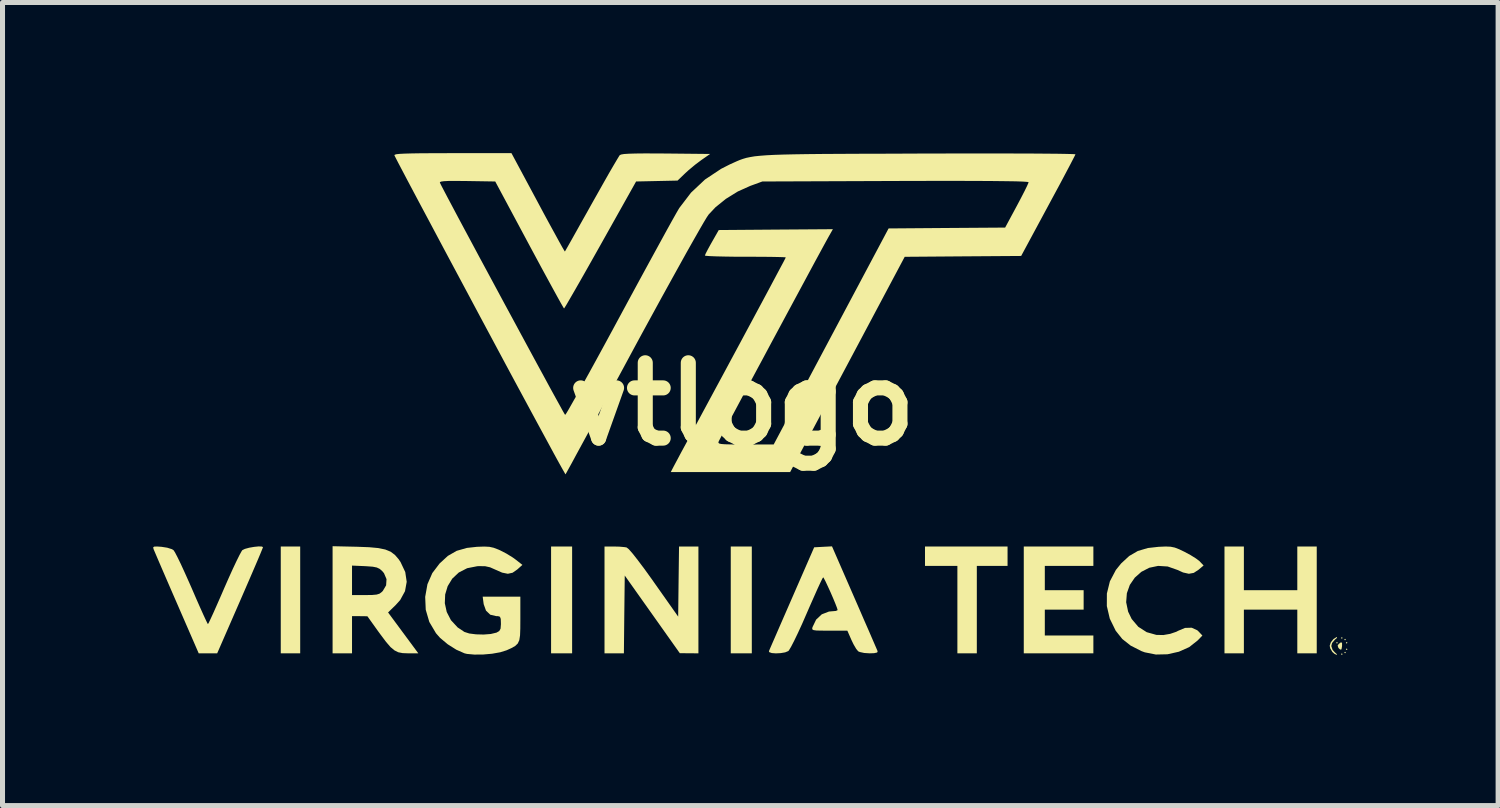
<source format=kicad_pcb>
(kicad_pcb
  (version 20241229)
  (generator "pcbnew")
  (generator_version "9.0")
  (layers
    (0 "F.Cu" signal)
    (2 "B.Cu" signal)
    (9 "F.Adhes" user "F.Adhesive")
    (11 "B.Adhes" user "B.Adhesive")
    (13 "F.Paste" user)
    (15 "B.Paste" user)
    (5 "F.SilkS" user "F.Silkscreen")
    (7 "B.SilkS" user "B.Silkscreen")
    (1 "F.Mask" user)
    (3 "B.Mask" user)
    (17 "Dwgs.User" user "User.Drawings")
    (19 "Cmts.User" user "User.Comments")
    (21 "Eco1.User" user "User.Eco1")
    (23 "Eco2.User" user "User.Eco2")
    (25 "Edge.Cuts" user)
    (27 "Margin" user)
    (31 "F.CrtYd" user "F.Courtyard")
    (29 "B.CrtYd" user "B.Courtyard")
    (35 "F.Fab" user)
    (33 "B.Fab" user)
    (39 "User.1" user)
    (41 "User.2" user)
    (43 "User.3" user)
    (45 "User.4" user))
  (footprint "vtlogo"
    (layer "F.Cu")
    (at 11.728 4.996)
    (property "Reference" "vtlogo" (at 0 0 0) (layer "F.SilkS") (effects (font (size 1.5 1.5) (thickness 0.3))))
    (attr board_only exclude_from_pos_files exclude_from_bom)
    (fp_poly (pts (xy 11.862 4.754) (xy 11.846 4.771) (xy 11.83 4.754) (xy 11.846 4.738)) (stroke (width 0) (type solid)) (fill yes) (layer "F.SilkS"))
    (fp_poly (pts (xy 11.959 4.658) (xy 11.943 4.674) (xy 11.926 4.658) (xy 11.943 4.642)) (stroke (width 0) (type solid)) (fill yes) (layer "F.SilkS"))
    (fp_poly (pts (xy 11.959 4.98) (xy 11.943 4.996) (xy 11.926 4.98) (xy 11.943 4.964)) (stroke (width 0) (type solid)) (fill yes) (layer "F.SilkS"))
    (fp_poly (pts (xy 12.023 4.69) (xy 12.007 4.706) (xy 11.991 4.69) (xy 12.007 4.674)) (stroke (width 0) (type solid)) (fill yes) (layer "F.SilkS"))
    (fp_poly (pts (xy 12.023 4.948) (xy 12.007 4.964) (xy 11.991 4.948) (xy 12.007 4.932)) (stroke (width 0) (type solid)) (fill yes) (layer "F.SilkS"))
    (fp_poly (pts (xy 12.055 4.754) (xy 12.039 4.771) (xy 12.023 4.754) (xy 12.039 4.738)) (stroke (width 0) (type solid)) (fill yes) (layer "F.SilkS"))
    (fp_poly (pts (xy 12.055 4.883) (xy 12.039 4.899) (xy 12.023 4.883) (xy 12.039 4.867)) (stroke (width 0) (type solid)) (fill yes) (layer "F.SilkS"))
    (fp_poly (pts (xy -8.8 3.9) (xy -8.8 4.964) (xy -8.993 4.964) (xy -9.187 4.964) (xy -9.187 3.9) (xy -9.187 2.837) (xy -8.993 2.837) (xy -8.8 2.837)) (stroke (width 0) (type solid)) (fill yes) (layer "F.SilkS"))
    (fp_poly (pts (xy -3.385 3.9) (xy -3.385 4.964) (xy -3.594 4.964) (xy -3.804 4.964) (xy -3.804 3.9) (xy -3.804 2.837) (xy -3.594 2.837) (xy -3.385 2.837)) (stroke (width 0) (type solid)) (fill yes) (layer "F.SilkS"))
    (fp_poly (pts (xy 0.193 3.9) (xy 0.193 4.964) (xy -0.016 4.964) (xy -0.226 4.964) (xy -0.226 3.9) (xy -0.226 2.837) (xy -0.016 2.837) (xy 0.193 2.837)) (stroke (width 0) (type solid)) (fill yes) (layer "F.SilkS"))
    (fp_poly (pts (xy 11.947 4.76) (xy 11.947 4.819) (xy 11.936 4.885) (xy 11.91 4.89) (xy 11.875 4.857) (xy 11.859 4.809) (xy 11.882 4.777) (xy 11.928 4.742)) (stroke (width 0) (type solid)) (fill yes) (layer "F.SilkS"))
    (fp_poly (pts (xy 5.286 3.03) (xy 5.286 3.223) (xy 4.98 3.223) (xy 4.674 3.223) (xy 4.674 4.094) (xy 4.674 4.964) (xy 4.48 4.964) (xy 4.287 4.964) (xy 4.287 4.094) (xy 4.287 3.223) (xy 3.965 3.223) (xy 3.642 3.223) (xy 3.642 3.03) (xy 3.642 2.837) (xy 4.464 2.837) (xy 5.286 2.837)) (stroke (width 0) (type solid)) (fill yes) (layer "F.SilkS"))
    (fp_poly (pts (xy 11.846 4.657) (xy 11.805 4.692) (xy 11.749 4.758) (xy 11.733 4.819) (xy 11.759 4.896) (xy 11.805 4.946) (xy 11.845 4.982) (xy 11.842 4.996) (xy 11.796 4.974) (xy 11.754 4.937) (xy 11.712 4.865) (xy 11.701 4.813) (xy 11.723 4.746) (xy 11.775 4.68) (xy 11.834 4.643) (xy 11.847 4.642)) (stroke (width 0) (type solid)) (fill yes) (layer "F.SilkS"))
    (fp_poly (pts (xy 6.995 3.03) (xy 6.995 3.223) (xy 6.511 3.223) (xy 6.028 3.223) (xy 6.028 3.465) (xy 6.028 3.707) (xy 6.414 3.707) (xy 6.801 3.707) (xy 6.801 3.9) (xy 6.801 4.094) (xy 6.414 4.094) (xy 6.028 4.094) (xy 6.028 4.352) (xy 6.028 4.609) (xy 6.511 4.609) (xy 6.995 4.609) (xy 6.995 4.787) (xy 6.995 4.964) (xy 6.302 4.964) (xy 5.609 4.964) (xy 5.609 3.9) (xy 5.609 2.837) (xy 6.302 2.837) (xy 6.995 2.837)) (stroke (width 0) (type solid)) (fill yes) (layer "F.SilkS"))
    (fp_poly (pts (xy 9.992 3.272) (xy 9.992 3.707) (xy 10.524 3.707) (xy 11.056 3.707) (xy 11.056 3.272) (xy 11.056 2.837) (xy 11.249 2.837) (xy 11.443 2.837) (xy 11.443 3.9) (xy 11.443 4.964) (xy 11.249 4.964) (xy 11.056 4.964) (xy 11.056 4.529) (xy 11.056 4.094) (xy 10.524 4.094) (xy 9.992 4.094) (xy 9.992 4.529) (xy 9.992 4.964) (xy 9.799 4.964) (xy 9.606 4.964) (xy 9.606 3.9) (xy 9.606 2.837) (xy 9.799 2.837) (xy 9.992 2.837)) (stroke (width 0) (type solid)) (fill yes) (layer "F.SilkS"))
    (fp_poly (pts (xy -0.87 3.9) (xy -0.87 4.964) (xy -1.056 4.963) (xy -1.241 4.961) (xy -1.789 4.188) (xy -2.337 3.415) (xy -2.346 4.189) (xy -2.354 4.964) (xy -2.547 4.964) (xy -2.74 4.964) (xy -2.74 3.9) (xy -2.74 2.837) (xy -2.555 2.837) (xy -2.439 2.84) (xy -2.342 2.849) (xy -2.3 2.856) (xy -2.258 2.889) (xy -2.183 2.974) (xy -2.079 3.106) (xy -1.946 3.283) (xy -1.789 3.501) (xy -1.752 3.554) (xy -1.273 4.233) (xy -1.265 3.535) (xy -1.256 2.837) (xy -1.063 2.837) (xy -0.87 2.837)) (stroke (width 0) (type solid)) (fill yes) (layer "F.SilkS"))
    (fp_poly (pts (xy -7.664 2.842) (xy -7.427 2.851) (xy -7.244 2.868) (xy -7.105 2.897) (xy -6.998 2.941) (xy -6.913 3.005) (xy -6.839 3.091) (xy -6.801 3.148) (xy -6.708 3.345) (xy -6.679 3.54) (xy -6.713 3.727) (xy -6.809 3.903) (xy -6.897 4.001) (xy -7.05 4.15) (xy -6.749 4.557) (xy -6.448 4.964) (xy -6.654 4.964) (xy -6.76 4.96) (xy -6.847 4.943) (xy -6.923 4.905) (xy -7.001 4.84) (xy -7.089 4.738) (xy -7.198 4.593) (xy -7.253 4.518) (xy -7.462 4.226) (xy -7.615 4.224) (xy -7.768 4.223) (xy -7.768 4.593) (xy -7.768 4.964) (xy -7.962 4.964) (xy -8.155 4.964) (xy -8.155 3.897) (xy -8.155 3.51) (xy -7.768 3.51) (xy -7.768 3.804) (xy -7.5 3.804) (xy -7.365 3.802) (xy -7.278 3.794) (xy -7.22 3.776) (xy -7.177 3.744) (xy -7.155 3.722) (xy -7.089 3.61) (xy -7.081 3.487) (xy -7.131 3.369) (xy -7.166 3.327) (xy -7.218 3.282) (xy -7.275 3.255) (xy -7.355 3.239) (xy -7.477 3.23) (xy -7.511 3.228) (xy -7.768 3.217) (xy -7.768 3.51) (xy -8.155 3.51) (xy -8.155 2.831)) (stroke (width 0) (type solid)) (fill yes) (layer "F.SilkS"))
    (fp_poly (pts (xy -9.561 2.838) (xy -9.541 2.851) (xy -9.554 2.885) (xy -9.589 2.971) (xy -9.644 3.102) (xy -9.717 3.272) (xy -9.804 3.474) (xy -9.902 3.7) (xy -9.997 3.919) (xy -10.453 4.964) (xy -10.637 4.964) (xy -10.821 4.964) (xy -11.259 3.957) (xy -11.364 3.716) (xy -11.461 3.492) (xy -11.547 3.293) (xy -11.619 3.126) (xy -11.674 2.997) (xy -11.709 2.915) (xy -11.72 2.889) (xy -11.728 2.855) (xy -11.709 2.839) (xy -11.649 2.837) (xy -11.561 2.843) (xy -11.447 2.861) (xy -11.355 2.89) (xy -11.323 2.909) (xy -11.294 2.953) (xy -11.245 3.047) (xy -11.179 3.182) (xy -11.102 3.35) (xy -11.016 3.542) (xy -10.959 3.671) (xy -10.873 3.87) (xy -10.795 4.047) (xy -10.729 4.194) (xy -10.678 4.304) (xy -10.646 4.369) (xy -10.637 4.382) (xy -10.62 4.354) (xy -10.582 4.274) (xy -10.526 4.152) (xy -10.456 3.994) (xy -10.375 3.81) (xy -10.315 3.671) (xy -10.226 3.469) (xy -10.143 3.285) (xy -10.069 3.128) (xy -10.009 3.007) (xy -9.967 2.931) (xy -9.952 2.909) (xy -9.9 2.884) (xy -9.815 2.861) (xy -9.717 2.844) (xy -9.626 2.835)) (stroke (width 0) (type solid)) (fill yes) (layer "F.SilkS"))
    (fp_poly (pts (xy 8.533 2.841) (xy 8.616 2.858) (xy 8.706 2.893) (xy 8.81 2.943) (xy 8.932 3.009) (xy 9.038 3.075) (xy 9.11 3.13) (xy 9.116 3.137) (xy 9.19 3.215) (xy 9.089 3.3) (xy 8.994 3.362) (xy 8.897 3.38) (xy 8.781 3.354) (xy 8.671 3.304) (xy 8.475 3.235) (xy 8.285 3.223) (xy 8.108 3.26) (xy 7.951 3.341) (xy 7.82 3.457) (xy 7.721 3.601) (xy 7.662 3.767) (xy 7.648 3.947) (xy 7.687 4.134) (xy 7.758 4.281) (xy 7.89 4.436) (xy 8.057 4.543) (xy 8.249 4.597) (xy 8.388 4.6) (xy 8.525 4.576) (xy 8.646 4.535) (xy 8.682 4.516) (xy 8.82 4.458) (xy 8.952 4.454) (xy 9.063 4.504) (xy 9.09 4.529) (xy 9.166 4.61) (xy 9.072 4.707) (xy 8.904 4.84) (xy 8.698 4.932) (xy 8.471 4.983) (xy 8.239 4.988) (xy 8.018 4.944) (xy 7.953 4.92) (xy 7.737 4.81) (xy 7.571 4.679) (xy 7.442 4.517) (xy 7.441 4.517) (xy 7.322 4.274) (xy 7.263 4.023) (xy 7.264 3.773) (xy 7.324 3.53) (xy 7.443 3.304) (xy 7.547 3.175) (xy 7.708 3.026) (xy 7.88 2.926) (xy 8.08 2.867) (xy 8.294 2.843) (xy 8.434 2.837)) (stroke (width 0) (type solid)) (fill yes) (layer "F.SilkS"))
    (fp_poly (pts (xy 2.237 3.859) (xy 2.342 4.1) (xy 2.439 4.324) (xy 2.526 4.522) (xy 2.598 4.689) (xy 2.653 4.816) (xy 2.688 4.897) (xy 2.699 4.924) (xy 2.689 4.948) (xy 2.628 4.961) (xy 2.54 4.964) (xy 2.431 4.957) (xy 2.344 4.938) (xy 2.312 4.924) (xy 2.271 4.874) (xy 2.219 4.785) (xy 2.177 4.698) (xy 2.096 4.513) (xy 1.739 4.513) (xy 1.584 4.512) (xy 1.482 4.51) (xy 1.424 4.502) (xy 1.399 4.488) (xy 1.396 4.464) (xy 1.403 4.44) (xy 1.474 4.293) (xy 1.587 4.187) (xy 1.73 4.132) (xy 1.797 4.126) (xy 1.868 4.12) (xy 1.902 4.104) (xy 1.902 4.102) (xy 1.89 4.06) (xy 1.858 3.977) (xy 1.813 3.868) (xy 1.761 3.748) (xy 1.708 3.632) (xy 1.662 3.534) (xy 1.628 3.469) (xy 1.615 3.45) (xy 1.597 3.478) (xy 1.558 3.558) (xy 1.501 3.681) (xy 1.431 3.839) (xy 1.349 4.024) (xy 1.289 4.162) (xy 1.197 4.373) (xy 1.111 4.56) (xy 1.036 4.716) (xy 0.975 4.834) (xy 0.933 4.904) (xy 0.92 4.919) (xy 0.857 4.945) (xy 0.768 4.96) (xy 0.674 4.965) (xy 0.592 4.959) (xy 0.541 4.941) (xy 0.534 4.922) (xy 0.55 4.883) (xy 0.589 4.793) (xy 0.648 4.658) (xy 0.723 4.485) (xy 0.812 4.281) (xy 0.911 4.054) (xy 0.993 3.866) (xy 1.435 2.853) (xy 1.613 2.843) (xy 1.79 2.834)) (stroke (width 0) (type solid)) (fill yes) (layer "F.SilkS"))
    (fp_poly (pts (xy -5.033 2.843) (xy -4.947 2.862) (xy -4.855 2.897) (xy -4.819 2.913) (xy -4.693 2.978) (xy -4.568 3.055) (xy -4.506 3.1) (xy -4.375 3.203) (xy -4.477 3.294) (xy -4.57 3.359) (xy -4.665 3.38) (xy -4.779 3.357) (xy -4.906 3.301) (xy -5.019 3.251) (xy -5.119 3.229) (xy -5.242 3.228) (xy -5.272 3.229) (xy -5.475 3.269) (xy -5.642 3.355) (xy -5.772 3.477) (xy -5.863 3.626) (xy -5.913 3.792) (xy -5.92 3.967) (xy -5.882 4.141) (xy -5.798 4.304) (xy -5.665 4.448) (xy -5.53 4.538) (xy -5.433 4.569) (xy -5.298 4.586) (xy -5.147 4.59) (xy -5.005 4.579) (xy -4.896 4.553) (xy -4.891 4.552) (xy -4.836 4.52) (xy -4.81 4.473) (xy -4.803 4.387) (xy -4.803 4.368) (xy -4.806 4.279) (xy -4.822 4.236) (xy -4.862 4.223) (xy -4.896 4.223) (xy -5.015 4.195) (xy -5.1 4.114) (xy -5.146 3.986) (xy -5.148 3.972) (xy -5.166 3.836) (xy -4.791 3.836) (xy -4.416 3.836) (xy -4.416 4.282) (xy -4.417 4.471) (xy -4.422 4.607) (xy -4.437 4.703) (xy -4.468 4.769) (xy -4.518 4.817) (xy -4.594 4.86) (xy -4.691 4.904) (xy -4.816 4.943) (xy -4.979 4.972) (xy -5.159 4.988) (xy -5.333 4.989) (xy -5.477 4.976) (xy -5.528 4.964) (xy -5.691 4.892) (xy -5.862 4.784) (xy -6.014 4.657) (xy -6.096 4.564) (xy -6.229 4.339) (xy -6.3 4.096) (xy -6.311 3.84) (xy -6.266 3.588) (xy -6.169 3.366) (xy -6.024 3.175) (xy -5.86 3.024) (xy -5.684 2.923) (xy -5.481 2.865) (xy -5.281 2.843) (xy -5.137 2.838)) (stroke (width 0) (type solid)) (fill yes) (layer "F.SilkS"))
    (fp_poly (pts (xy -5.764 -4.996) (xy -4.593 -4.996) (xy -4.065 -4.012) (xy -3.942 -3.782) (xy -3.828 -3.572) (xy -3.727 -3.388) (xy -3.644 -3.236) (xy -3.581 -3.123) (xy -3.541 -3.055) (xy -3.529 -3.037) (xy -3.512 -3.066) (xy -3.467 -3.145) (xy -3.398 -3.267) (xy -3.309 -3.426) (xy -3.204 -3.614) (xy -3.085 -3.825) (xy -2.998 -3.981) (xy -2.871 -4.206) (xy -2.754 -4.414) (xy -2.649 -4.599) (xy -2.56 -4.752) (xy -2.492 -4.867) (xy -2.449 -4.938) (xy -2.437 -4.956) (xy -2.409 -4.969) (xy -2.351 -4.979) (xy -2.256 -4.985) (xy -2.118 -4.989) (xy -1.931 -4.991) (xy -1.688 -4.99) (xy -1.517 -4.989) (xy -0.637 -4.98) (xy -0.81 -4.86) (xy -0.934 -4.767) (xy -1.065 -4.658) (xy -1.134 -4.595) (xy -1.285 -4.45) (xy -1.698 -4.441) (xy -2.111 -4.432) (xy -2.82 -3.168) (xy -2.967 -2.907) (xy -3.104 -2.664) (xy -3.228 -2.446) (xy -3.337 -2.256) (xy -3.426 -2.102) (xy -3.492 -1.988) (xy -3.534 -1.92) (xy -3.546 -1.903) (xy -3.564 -1.931) (xy -3.609 -2.01) (xy -3.678 -2.134) (xy -3.768 -2.298) (xy -3.876 -2.496) (xy -3.999 -2.722) (xy -4.133 -2.971) (xy -4.239 -3.168) (xy -4.916 -4.432) (xy -5.475 -4.441) (xy -5.684 -4.443) (xy -5.836 -4.443) (xy -5.937 -4.438) (xy -5.995 -4.43) (xy -6.018 -4.418) (xy -6.018 -4.409) (xy -5.996 -4.363) (xy -5.946 -4.267) (xy -5.872 -4.126) (xy -5.776 -3.945) (xy -5.662 -3.73) (xy -5.531 -3.485) (xy -5.387 -3.217) (xy -5.233 -2.929) (xy -5.07 -2.627) (xy -4.903 -2.317) (xy -4.734 -2.003) (xy -4.565 -1.691) (xy -4.4 -1.385) (xy -4.241 -1.091) (xy -4.091 -0.814) (xy -3.952 -0.559) (xy -3.829 -0.332) (xy -3.722 -0.137) (xy -3.635 0.02) (xy -3.572 0.135) (xy -3.534 0.201) (xy -3.524 0.216) (xy -3.504 0.19) (xy -3.457 0.112) (xy -3.385 -0.015) (xy -3.289 -0.184) (xy -3.173 -0.392) (xy -3.039 -0.634) (xy -2.89 -0.906) (xy -2.728 -1.203) (xy -2.556 -1.52) (xy -2.434 -1.746) (xy -2.253 -2.081) (xy -2.078 -2.404) (xy -1.912 -2.709) (xy -1.758 -2.991) (xy -1.619 -3.245) (xy -1.498 -3.466) (xy -1.397 -3.648) (xy -1.319 -3.787) (xy -1.267 -3.877) (xy -1.25 -3.905) (xy -1.017 -4.21) (xy -0.739 -4.471) (xy -0.418 -4.684) (xy -0.245 -4.772) (xy -0.172 -4.805) (xy -0.108 -4.834) (xy -0.046 -4.86) (xy 0.016 -4.882) (xy 0.083 -4.902) (xy 0.16 -4.918) (xy 0.249 -4.933) (xy 0.356 -4.944) (xy 0.485 -4.954) (xy 0.639 -4.962) (xy 0.823 -4.968) (xy 1.041 -4.973) (xy 1.297 -4.977) (xy 1.595 -4.98) (xy 1.94 -4.982) (xy 2.335 -4.984) (xy 2.785 -4.985) (xy 3.293 -4.987) (xy 3.505 -4.988) (xy 3.949 -4.989) (xy 4.374 -4.99) (xy 4.775 -4.99) (xy 5.149 -4.99) (xy 5.492 -4.989) (xy 5.798 -4.988) (xy 6.063 -4.986) (xy 6.284 -4.984) (xy 6.455 -4.981) (xy 6.572 -4.978) (xy 6.631 -4.975) (xy 6.638 -4.973) (xy 6.623 -4.94) (xy 6.58 -4.857) (xy 6.514 -4.73) (xy 6.427 -4.566) (xy 6.324 -4.372) (xy 6.207 -4.155) (xy 6.096 -3.949) (xy 5.557 -2.949) (xy 4.398 -2.941) (xy 3.238 -2.932) (xy 2.098 -0.789) (xy 0.957 1.354) (xy -0.231 1.354) (xy -1.42 1.354) (xy -1.366 1.249) (xy -1.342 1.204) (xy -1.29 1.107) (xy -1.213 0.962) (xy -1.112 0.776) (xy -0.992 0.551) (xy -0.854 0.294) (xy -0.701 0.01) (xy -0.535 -0.298) (xy -0.359 -0.624) (xy -0.221 -0.881) (xy -0.041 -1.215) (xy 0.129 -1.532) (xy 0.288 -1.828) (xy 0.433 -2.098) (xy 0.561 -2.337) (xy 0.67 -2.542) (xy 0.758 -2.707) (xy 0.823 -2.828) (xy 0.86 -2.9) (xy 0.87 -2.92) (xy 0.84 -2.924) (xy 0.753 -2.927) (xy 0.619 -2.93) (xy 0.447 -2.932) (xy 0.244 -2.933) (xy 0.064 -2.933) (xy -0.156 -2.934) (xy -0.353 -2.937) (xy -0.519 -2.941) (xy -0.644 -2.946) (xy -0.721 -2.952) (xy -0.741 -2.957) (xy -0.726 -2.995) (xy -0.686 -3.073) (xy -0.628 -3.179) (xy -0.603 -3.223) (xy -0.465 -3.465) (xy 0.671 -3.474) (xy 1.808 -3.482) (xy 1.73 -3.345) (xy 1.695 -3.282) (xy 1.634 -3.171) (xy 1.551 -3.018) (xy 1.447 -2.827) (xy 1.327 -2.604) (xy 1.193 -2.355) (xy 1.048 -2.086) (xy 0.895 -1.802) (xy 0.737 -1.508) (xy 0.577 -1.211) (xy 0.419 -0.915) (xy 0.264 -0.627) (xy 0.116 -0.351) (xy -0.021 -0.094) (xy -0.146 0.14) (xy -0.255 0.343) (xy -0.344 0.512) (xy -0.412 0.64) (xy -0.455 0.722) (xy -0.469 0.751) (xy -0.472 0.771) (xy -0.458 0.785) (xy -0.418 0.795) (xy -0.345 0.801) (xy -0.228 0.804) (xy -0.061 0.806) (xy 0.069 0.806) (xy 0.629 0.805) (xy 1.773 -1.346) (xy 2.917 -3.497) (xy 4.078 -3.506) (xy 5.238 -3.514) (xy 5.472 -3.949) (xy 5.553 -4.102) (xy 5.622 -4.236) (xy 5.673 -4.34) (xy 5.701 -4.404) (xy 5.705 -4.418) (xy 5.677 -4.424) (xy 5.593 -4.43) (xy 5.452 -4.435) (xy 5.252 -4.438) (xy 4.993 -4.441) (xy 4.674 -4.443) (xy 4.294 -4.444) (xy 3.852 -4.444) (xy 3.347 -4.443) (xy 3.054 -4.442) (xy 0.403 -4.432) (xy 0.162 -4.344) (xy -0.085 -4.233) (xy -0.323 -4.086) (xy -0.531 -3.918) (xy -0.667 -3.773) (xy -0.704 -3.718) (xy -0.769 -3.61) (xy -0.859 -3.454) (xy -0.973 -3.254) (xy -1.108 -3.015) (xy -1.26 -2.741) (xy -1.429 -2.436) (xy -1.611 -2.106) (xy -1.804 -1.753) (xy -2.006 -1.383) (xy -2.157 -1.104) (xy -2.357 -0.733) (xy -2.549 -0.378) (xy -2.73 -0.045) (xy -2.898 0.265) (xy -3.05 0.545) (xy -3.185 0.793) (xy -3.3 1.004) (xy -3.392 1.175) (xy -3.461 1.3) (xy -3.503 1.376) (xy -3.517 1.4) (xy -3.533 1.373) (xy -3.578 1.294) (xy -3.65 1.165) (xy -3.746 0.99) (xy -3.864 0.772) (xy -4.003 0.516) (xy -4.161 0.224) (xy -4.336 -0.1) (xy -4.526 -0.452) (xy -4.728 -0.828) (xy -4.941 -1.226) (xy -5.163 -1.64) (xy -5.222 -1.75) (xy -5.446 -2.17) (xy -5.662 -2.574) (xy -5.868 -2.959) (xy -6.061 -3.321) (xy -6.239 -3.656) (xy -6.402 -3.961) (xy -6.546 -4.232) (xy -6.67 -4.466) (xy -6.771 -4.658) (xy -6.849 -4.806) (xy -6.9 -4.905) (xy -6.923 -4.951) (xy -6.925 -4.954) (xy -6.916 -4.965) (xy -6.883 -4.975) (xy -6.818 -4.982) (xy -6.716 -4.987) (xy -6.573 -4.991) (xy -6.382 -4.994) (xy -6.139 -4.995) (xy -5.838 -4.996)) (stroke (width 0) (type solid)) (fill yes) (layer "F.SilkS")))
  (gr_rect
    (start -3 -3)
    (end 26.783 12.992)
    (stroke (width 0.1) (type default))
    (fill no)
    (layer "Edge.Cuts")))
</source>
